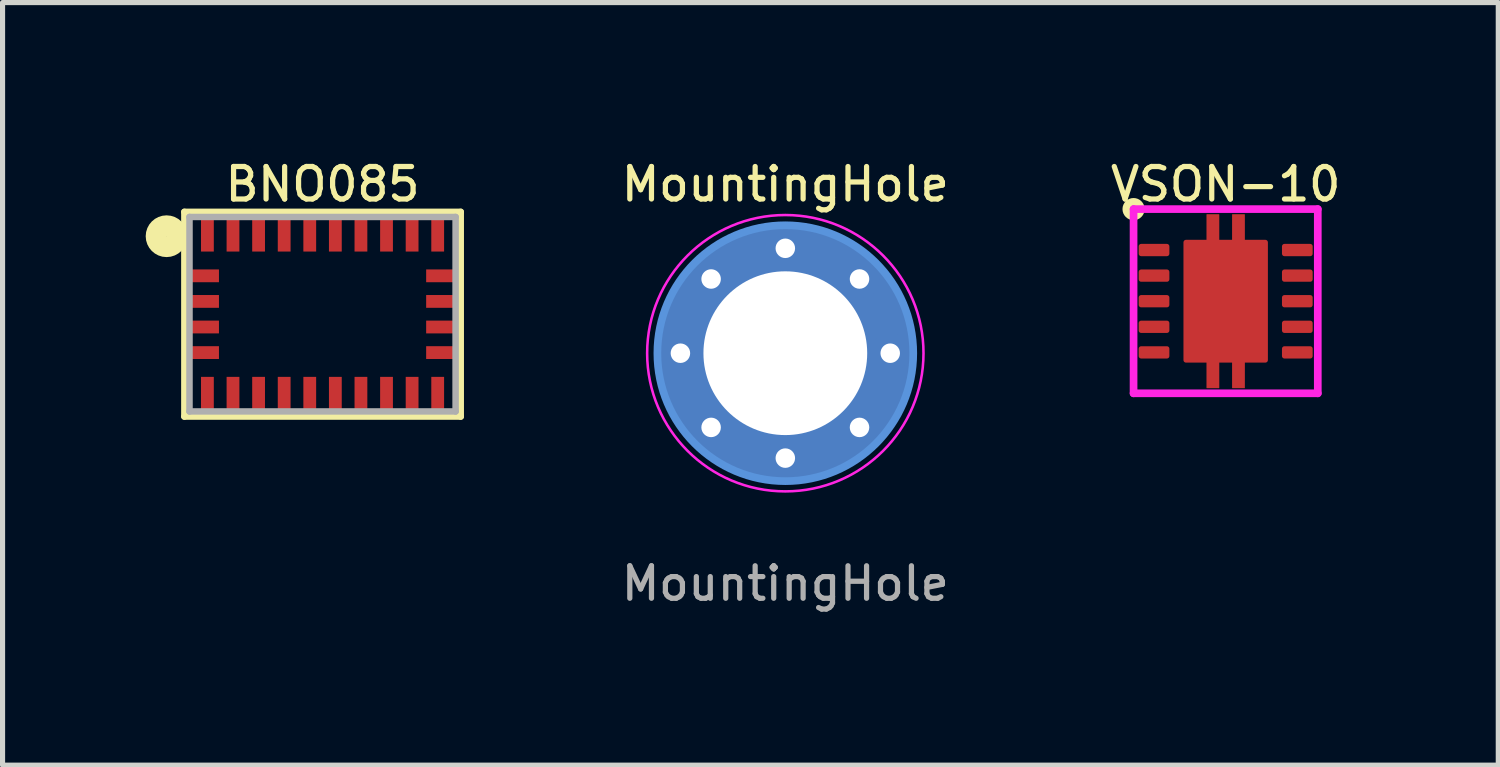
<source format=kicad_pcb>
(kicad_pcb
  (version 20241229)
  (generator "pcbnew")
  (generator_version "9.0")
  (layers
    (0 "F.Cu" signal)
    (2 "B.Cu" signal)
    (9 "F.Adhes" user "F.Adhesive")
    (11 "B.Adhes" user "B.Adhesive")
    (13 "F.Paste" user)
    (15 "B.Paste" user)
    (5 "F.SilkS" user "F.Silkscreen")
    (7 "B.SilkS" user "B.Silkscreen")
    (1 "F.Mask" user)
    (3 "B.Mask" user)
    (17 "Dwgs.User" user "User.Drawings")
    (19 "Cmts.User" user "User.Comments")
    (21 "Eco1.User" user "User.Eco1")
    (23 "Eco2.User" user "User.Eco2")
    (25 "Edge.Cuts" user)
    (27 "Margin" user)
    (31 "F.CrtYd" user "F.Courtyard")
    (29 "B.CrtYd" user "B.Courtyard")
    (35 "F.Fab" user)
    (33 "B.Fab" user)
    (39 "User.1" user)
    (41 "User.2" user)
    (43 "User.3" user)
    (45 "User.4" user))
  (footprint "VSON-10"
    (layer "F.Cu")
    (at 20.901 2.836)
    (property "Reference" "VSON-10" (at 0 -2.286 180) (layer "F.SilkS") (effects (font (size 0.635 0.635) (thickness 0.102))))
    (attr through_hole)
    (fp_circle (center -1.8 -1.8) (end -1.7 -1.7) (stroke (width 0.15) (type solid)) (fill no) (layer "F.SilkS"))
    (fp_line (start -1.8 -1.8) (end 1.8 -1.8) (stroke (width 0.15) (type solid)) (layer "F.CrtYd"))
    (fp_line (start -1.8 1.8) (end -1.8 -1.8) (stroke (width 0.15) (type solid)) (layer "F.CrtYd"))
    (fp_line (start 1.8 -1.8) (end 1.8 1.8) (stroke (width 0.15) (type solid)) (layer "F.CrtYd"))
    (fp_line (start 1.8 1.8) (end -1.8 1.8) (stroke (width 0.15) (type solid)) (layer "F.CrtYd"))
    (pad "" smd roundrect (at -0.25 -1.53) (size 0.25 0.34) (layers "F.Paste") (roundrect_rratio 0.03))
    (pad "" smd roundrect (at -0.25 1.53) (size 0.25 0.34) (layers "F.Paste") (roundrect_rratio 0.03))
    (pad "" smd roundrect (at 0 -0.63) (size 1.5 1.06) (layers "F.Paste") (roundrect_rratio 0.03))
    (pad "" smd roundrect (at 0 0.63) (size 1.5 1.06) (layers "F.Paste") (roundrect_rratio 0.03))
    (pad "" smd roundrect (at 0.25 -1.53) (size 0.25 0.34) (layers "F.Paste") (roundrect_rratio 0.03))
    (pad "" smd roundrect (at 0.25 1.53) (size 0.25 0.34) (layers "F.Paste") (roundrect_rratio 0.03))
    (pad "1" smd roundrect (at -1.4 -1) (size 0.6 0.24) (layers "F.Cu" "F.Mask" "F.Paste") (roundrect_rratio 0.2))
    (pad "2" smd roundrect (at -1.4 -0.5) (size 0.6 0.24) (layers "F.Cu" "F.Mask" "F.Paste") (roundrect_rratio 0.2))
    (pad "3" smd roundrect (at -1.4 0) (size 0.6 0.24) (layers "F.Cu" "F.Mask" "F.Paste") (roundrect_rratio 0.2))
    (pad "4" smd roundrect (at -1.4 0.5) (size 0.6 0.24) (layers "F.Cu" "F.Mask" "F.Paste") (roundrect_rratio 0.2))
    (pad "5" smd roundrect (at -1.4 1) (size 0.6 0.24) (layers "F.Cu" "F.Mask" "F.Paste") (roundrect_rratio 0.2))
    (pad "6" smd roundrect (at 1.4 1) (size 0.6 0.24) (layers "F.Cu" "F.Mask" "F.Paste") (roundrect_rratio 0.2))
    (pad "7" smd roundrect (at 1.4 0.5) (size 0.6 0.24) (layers "F.Cu" "F.Mask" "F.Paste") (roundrect_rratio 0.2))
    (pad "8" smd roundrect (at 1.4 0) (size 0.6 0.24) (layers "F.Cu" "F.Mask" "F.Paste") (roundrect_rratio 0.2))
    (pad "9" smd roundrect (at 1.4 -0.5) (size 0.6 0.24) (layers "F.Cu" "F.Mask" "F.Paste") (roundrect_rratio 0.2))
    (pad "10" smd roundrect (at 1.4 -1) (size 0.6 0.24) (layers "F.Cu" "F.Mask" "F.Paste") (roundrect_rratio 0.2))
    (pad "11" smd roundrect (at -0.25 -1.1) (size 0.25 1.2) (layers "F.Cu" "F.Mask") (roundrect_rratio 0.03))
    (pad "11" smd roundrect (at -0.25 1.1) (size 0.25 1.2) (layers "F.Cu" "F.Mask") (roundrect_rratio 0.03))
    (pad "11" smd roundrect (at 0 0) (size 1.65 2.4) (layers "F.Cu" "F.Mask") (roundrect_rratio 0.03))
    (pad "11" smd roundrect (at 0.25 -1.1) (size 0.25 1.2) (layers "F.Cu" "F.Mask") (roundrect_rratio 0.03))
    (pad "11" smd roundrect (at 0.25 1.1) (size 0.25 1.2) (layers "F.Cu" "F.Mask") (roundrect_rratio 0.03)))
  (footprint "MountingHole"
    (layer "F.Cu")
    (at 12.296 3.852)
    (property "Reference" "MountingHole" (at 0 -3.302 0) (layer "F.SilkS") (effects (font (size 0.635 0.635) (thickness 0.102))))
    (attr exclude_from_pos_files exclude_from_bom)
    (fp_circle (center 0 0) (end 2.5 0) (stroke (width 0.15) (type solid)) (fill no) (layer "Cmts.User"))
    (fp_circle (center 0 0) (end 2.7 0) (stroke (width 0.05) (type solid)) (fill no) (layer "F.CrtYd"))
    (fp_text user "${REFERENCE}" (at 0 4.5 0) (layer "F.Fab") (effects (font (size 0.635 0.635) (thickness 0.102))))
    (pad "1" thru_hole circle (at -2.05 0) (size 0.762 0.762) (drill 0.381) (layers "*.Cu" "*.Mask"))
    (pad "1" thru_hole circle (at -1.45 -1.45) (size 0.762 0.762) (drill 0.381) (layers "*.Cu" "*.Mask"))
    (pad "1" thru_hole circle (at -1.45 1.45) (size 0.762 0.762) (drill 0.381) (layers "*.Cu" "*.Mask"))
    (pad "1" thru_hole circle (at 0 -2.05) (size 0.762 0.762) (drill 0.381) (layers "*.Cu" "*.Mask"))
    (pad "1" thru_hole circle (at 0 0) (size 5 5) (drill 3.2) (layers "*.Cu" "*.Mask"))
    (pad "1" thru_hole circle (at 0 2.05) (size 0.762 0.762) (drill 0.381) (layers "*.Cu" "*.Mask"))
    (pad "1" thru_hole circle (at 1.45 -1.45) (size 0.762 0.762) (drill 0.381) (layers "*.Cu" "*.Mask"))
    (pad "1" thru_hole circle (at 1.45 1.45) (size 0.762 0.762) (drill 0.381) (layers "*.Cu" "*.Mask"))
    (pad "1" thru_hole circle (at 2.05 0) (size 0.762 0.762) (drill 0.381) (layers "*.Cu" "*.Mask")))
  (footprint "BNO085"
    (layer "F.Cu")
    (at 3.253 3.09)
    (property "Reference" "BNO085" (at 0 -2.54 0) (layer "F.SilkS") (effects (font (size 0.635 0.635) (thickness 0.102))))
    (fp_line (start -2.7 -2) (end 2.7 -2) (stroke (width 0.127) (type solid)) (layer "F.SilkS"))
    (fp_line (start -2.7 2) (end -2.7 -2) (stroke (width 0.127) (type solid)) (layer "F.SilkS"))
    (fp_line (start 2.7 -2) (end 2.7 2) (stroke (width 0.127) (type solid)) (layer "F.SilkS"))
    (fp_line (start 2.7 2) (end -2.7 2) (stroke (width 0.127) (type solid)) (layer "F.SilkS"))
    (fp_circle (center -3.048 -1.524) (end -3.05 -1.524) (stroke (width 0.406) (type solid)) (fill no) (layer "F.SilkS"))
    (fp_line (start -2.6 -1.9) (end 2.6 -1.9) (stroke (width 0.127) (type solid)) (layer "F.Fab"))
    (fp_line (start -2.6 1.9) (end -2.6 -1.9) (stroke (width 0.127) (type solid)) (layer "F.Fab"))
    (fp_line (start 2.6 -1.9) (end 2.6 1.9) (stroke (width 0.127) (type solid)) (layer "F.Fab"))
    (fp_line (start 2.6 1.9) (end -2.6 1.9) (stroke (width 0.127) (type solid)) (layer "F.Fab"))
    (pad "1" smd rect (at -2.25 -1.562) (size 0.25 0.675) (layers "F.Cu" "F.Mask" "F.Paste"))
    (pad "2" smd rect (at -2.312 -0.75 90) (size 0.25 0.575) (layers "F.Cu" "F.Mask" "F.Paste"))
    (pad "3" smd rect (at -2.312 -0.25 90) (size 0.25 0.575) (layers "F.Cu" "F.Mask" "F.Paste"))
    (pad "4" smd rect (at -2.312 0.25 90) (size 0.25 0.575) (layers "F.Cu" "F.Mask" "F.Paste"))
    (pad "5" smd rect (at -2.312 0.75 90) (size 0.25 0.575) (layers "F.Cu" "F.Mask" "F.Paste"))
    (pad "6" smd rect (at -2.25 1.562) (size 0.25 0.675) (layers "F.Cu" "F.Mask" "F.Paste"))
    (pad "7" smd rect (at -1.75 1.562) (size 0.25 0.675) (layers "F.Cu" "F.Mask" "F.Paste"))
    (pad "8" smd rect (at -1.25 1.562) (size 0.25 0.675) (layers "F.Cu" "F.Mask" "F.Paste"))
    (pad "9" smd rect (at -0.75 1.562) (size 0.25 0.675) (layers "F.Cu" "F.Mask" "F.Paste"))
    (pad "10" smd rect (at -0.25 1.562) (size 0.25 0.675) (layers "F.Cu" "F.Mask" "F.Paste"))
    (pad "11" smd rect (at 0.25 1.562) (size 0.25 0.675) (layers "F.Cu" "F.Mask" "F.Paste"))
    (pad "12" smd rect (at 0.75 1.562) (size 0.25 0.675) (layers "F.Cu" "F.Mask" "F.Paste"))
    (pad "13" smd rect (at 1.25 1.562) (size 0.25 0.675) (layers "F.Cu" "F.Mask" "F.Paste"))
    (pad "14" smd rect (at 1.75 1.562) (size 0.25 0.675) (layers "F.Cu" "F.Mask" "F.Paste"))
    (pad "15" smd rect (at 2.25 1.562) (size 0.25 0.675) (layers "F.Cu" "F.Mask" "F.Paste"))
    (pad "16" smd rect (at 2.312 0.75 90) (size 0.25 0.575) (layers "F.Cu" "F.Mask" "F.Paste"))
    (pad "17" smd rect (at 2.312 0.25 90) (size 0.25 0.575) (layers "F.Cu" "F.Mask" "F.Paste"))
    (pad "18" smd rect (at 2.312 -0.25 90) (size 0.25 0.575) (layers "F.Cu" "F.Mask" "F.Paste"))
    (pad "19" smd rect (at 2.312 -0.75 90) (size 0.25 0.575) (layers "F.Cu" "F.Mask" "F.Paste"))
    (pad "20" smd rect (at 2.25 -1.562) (size 0.25 0.675) (layers "F.Cu" "F.Mask" "F.Paste"))
    (pad "21" smd rect (at 1.75 -1.562) (size 0.25 0.675) (layers "F.Cu" "F.Mask" "F.Paste"))
    (pad "22" smd rect (at 1.25 -1.562) (size 0.25 0.675) (layers "F.Cu" "F.Mask" "F.Paste"))
    (pad "23" smd rect (at 0.75 -1.562) (size 0.25 0.675) (layers "F.Cu" "F.Mask" "F.Paste"))
    (pad "24" smd rect (at 0.25 -1.562) (size 0.25 0.675) (layers "F.Cu" "F.Mask" "F.Paste"))
    (pad "25" smd rect (at -0.25 -1.562) (size 0.25 0.675) (layers "F.Cu" "F.Mask" "F.Paste"))
    (pad "26" smd rect (at -0.75 -1.562) (size 0.25 0.675) (layers "F.Cu" "F.Mask" "F.Paste"))
    (pad "27" smd rect (at -1.25 -1.562) (size 0.25 0.675) (layers "F.Cu" "F.Mask" "F.Paste"))
    (pad "28" smd rect (at -1.75 -1.562) (size 0.25 0.675) (layers "F.Cu" "F.Mask" "F.Paste")))
  (gr_rect
    (start -3 -3)
    (end 26.228 11.902)
    (stroke (width 0.1) (type default))
    (fill no)
    (layer "Edge.Cuts")))
</source>
